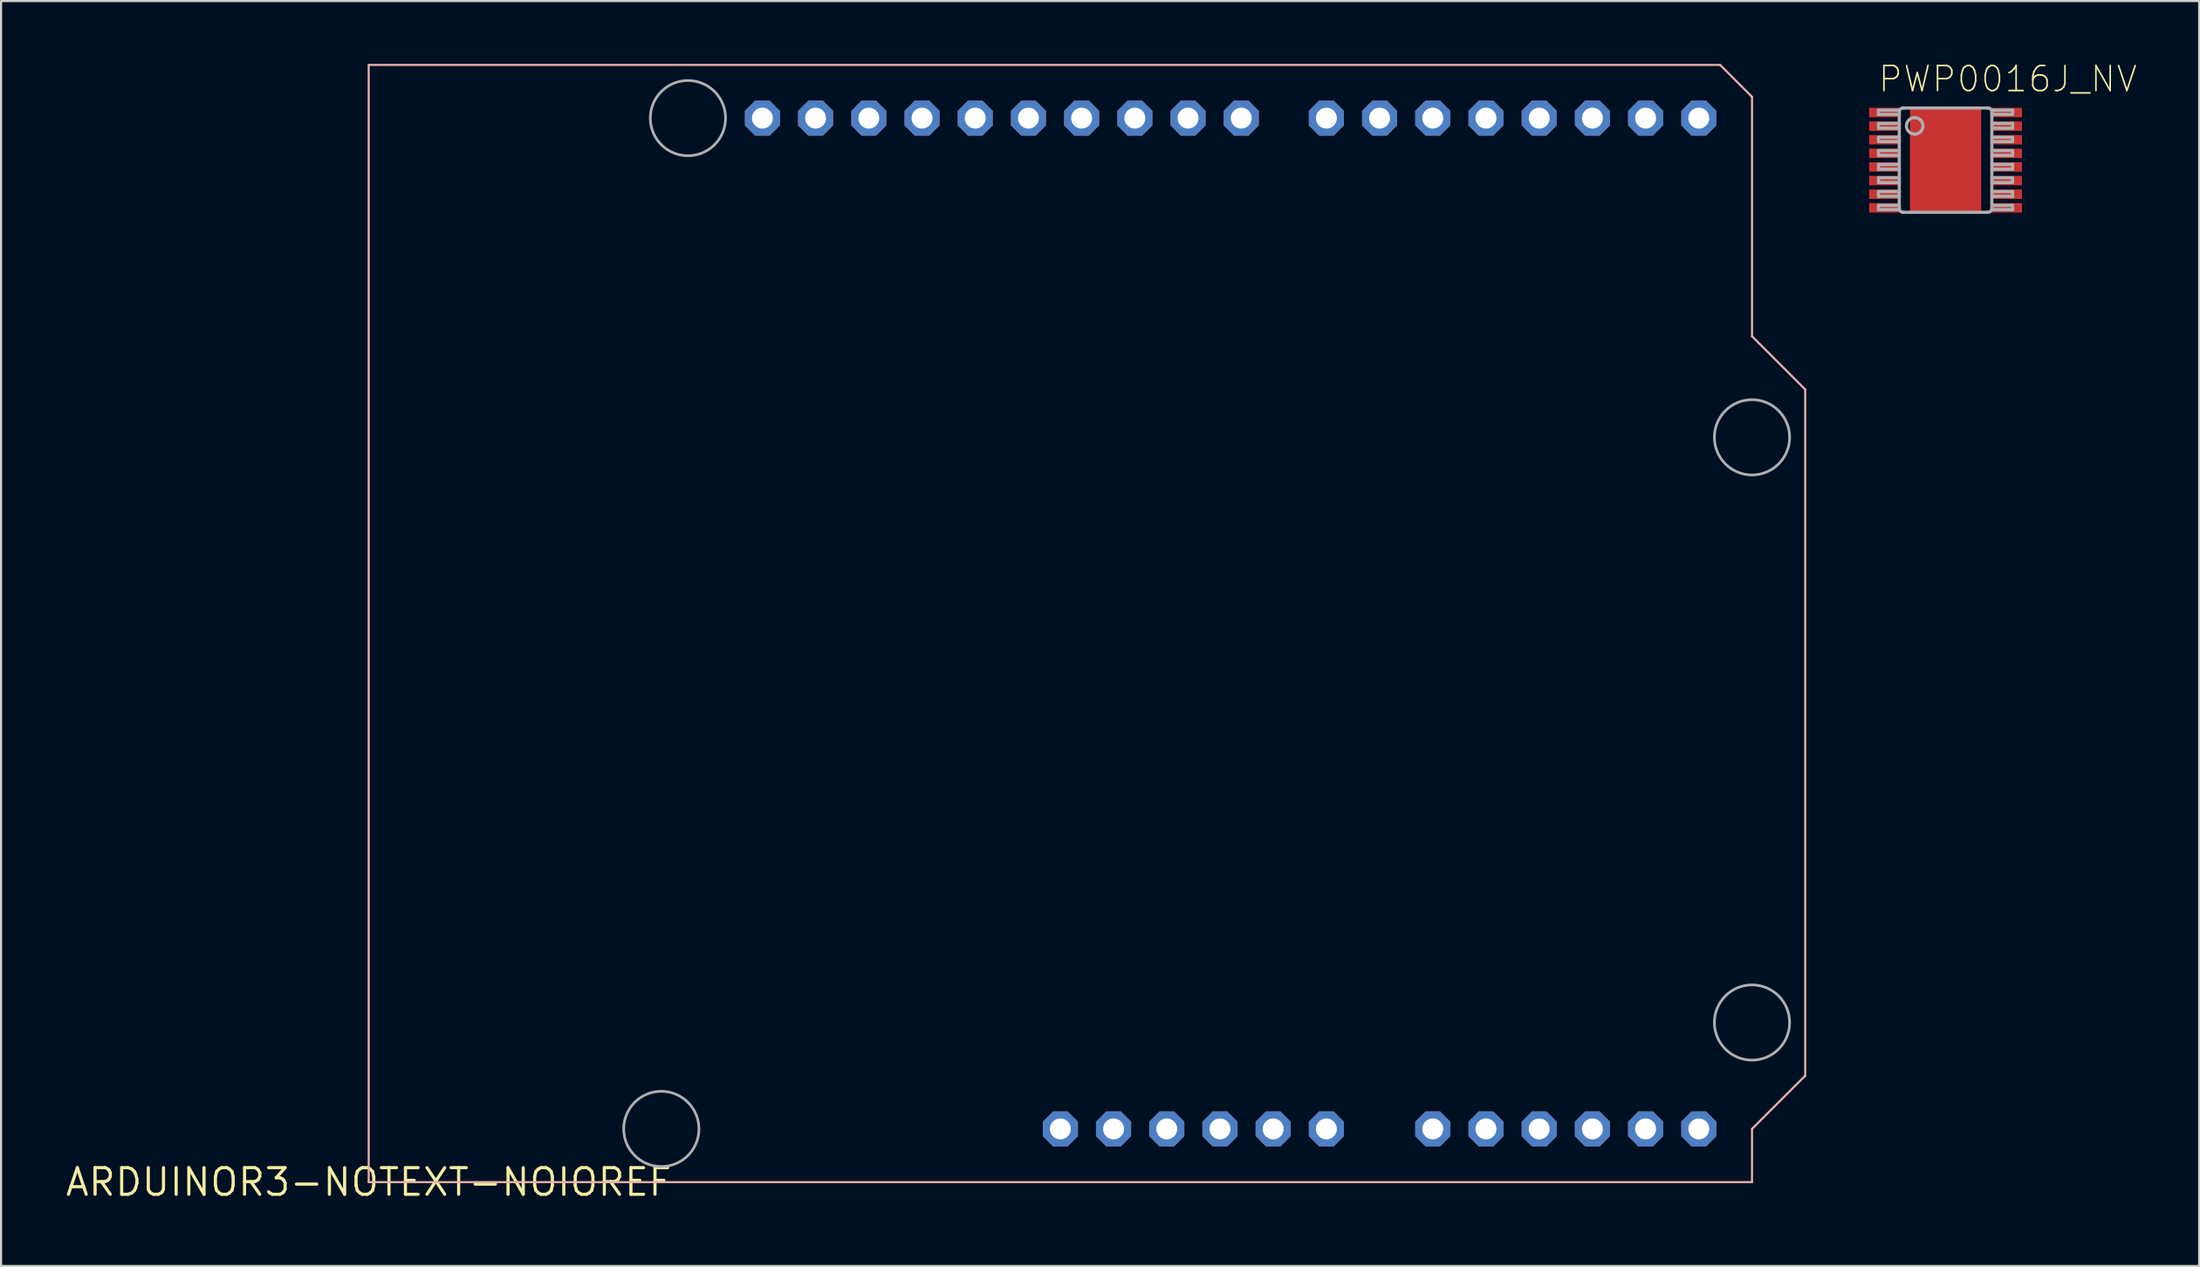
<source format=kicad_pcb>
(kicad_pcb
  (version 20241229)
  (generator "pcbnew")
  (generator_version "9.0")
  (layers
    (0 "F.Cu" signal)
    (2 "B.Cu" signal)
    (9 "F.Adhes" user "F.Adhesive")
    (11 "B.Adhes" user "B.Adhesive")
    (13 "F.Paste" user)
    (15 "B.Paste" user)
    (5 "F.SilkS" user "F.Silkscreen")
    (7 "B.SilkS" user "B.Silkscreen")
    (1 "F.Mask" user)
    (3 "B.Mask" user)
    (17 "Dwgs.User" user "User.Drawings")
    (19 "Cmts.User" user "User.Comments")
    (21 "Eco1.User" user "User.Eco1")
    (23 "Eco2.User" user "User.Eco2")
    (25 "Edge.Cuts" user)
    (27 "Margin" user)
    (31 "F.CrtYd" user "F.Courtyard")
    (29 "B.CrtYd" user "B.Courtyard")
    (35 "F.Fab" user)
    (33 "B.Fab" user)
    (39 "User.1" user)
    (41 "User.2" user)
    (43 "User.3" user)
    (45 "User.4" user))
  (footprint "PWP0016J_NV"
    (layer "F.Cu")
    (at 89.832 4.597)
    (property "Reference" "PWP0016J_NV" (at -3.277 -3.175 0) (layer "F.SilkS") (effects (font (size 1.194 1.194) (thickness 0.076)) (justify left bottom)))
    (fp_poly (pts (xy 1.193 -1.787) (xy 1.205 -1.783) (xy 1.215 -1.777) (xy 1.225 -1.77) (xy 1.232 -1.76) (xy 1.238 -1.75) (xy 1.242 -1.738) (xy 1.243 -1.726) (xy 1.243 1.726) (xy 1.242 1.738) (xy 1.238 1.75) (xy 1.232 1.76) (xy 1.225 1.77) (xy 1.215 1.777) (xy 1.205 1.783) (xy 1.193 1.787) (xy 1.181 1.788) (xy -1.181 1.788) (xy -1.193 1.787) (xy -1.205 1.783) (xy -1.215 1.777) (xy -1.225 1.77) (xy -1.232 1.76) (xy -1.238 1.75) (xy -1.242 1.738) (xy -1.243 1.726) (xy -1.243 -1.726) (xy -1.242 -1.738) (xy -1.238 -1.75) (xy -1.232 -1.76) (xy -1.225 -1.77) (xy -1.215 -1.777) (xy -1.205 -1.783) (xy -1.193 -1.787) (xy -1.181 -1.788) (xy 1.181 -1.788)) (stroke (width 0) (type default)) (fill yes) (layer "F.Mask"))
    (fp_poly (pts (xy 1.193 -1.787) (xy 1.205 -1.783) (xy 1.215 -1.777) (xy 1.225 -1.77) (xy 1.232 -1.76) (xy 1.238 -1.75) (xy 1.242 -1.738) (xy 1.243 -1.726) (xy 1.243 1.726) (xy 1.242 1.738) (xy 1.238 1.75) (xy 1.232 1.76) (xy 1.225 1.77) (xy 1.215 1.777) (xy 1.205 1.783) (xy 1.193 1.787) (xy 1.181 1.788) (xy -1.181 1.788) (xy -1.193 1.787) (xy -1.205 1.783) (xy -1.215 1.777) (xy -1.225 1.77) (xy -1.232 1.76) (xy -1.238 1.75) (xy -1.242 1.738) (xy -1.243 1.726) (xy -1.243 -1.726) (xy -1.242 -1.738) (xy -1.238 -1.75) (xy -1.232 -1.76) (xy -1.225 -1.77) (xy -1.215 -1.777) (xy -1.205 -1.783) (xy -1.193 -1.787) (xy -1.181 -1.788) (xy 1.181 -1.788)) (stroke (width 0) (type default)) (fill yes) (layer "F.Paste"))
    (fp_line (start -3.2 -2.388) (end -2.21 -2.388) (stroke (width 0.152) (type solid)) (layer "F.Fab"))
    (fp_line (start -3.2 -2.184) (end -3.2 -2.388) (stroke (width 0.152) (type solid)) (layer "F.Fab"))
    (fp_line (start -3.2 -2.184) (end -2.21 -2.184) (stroke (width 0.152) (type solid)) (layer "F.Fab"))
    (fp_line (start -3.2 -1.753) (end -2.21 -1.753) (stroke (width 0.152) (type solid)) (layer "F.Fab"))
    (fp_line (start -3.2 -1.524) (end -3.2 -1.753) (stroke (width 0.152) (type solid)) (layer "F.Fab"))
    (fp_line (start -3.2 -1.524) (end -2.21 -1.524) (stroke (width 0.152) (type solid)) (layer "F.Fab"))
    (fp_line (start -3.2 -1.092) (end -2.21 -1.092) (stroke (width 0.152) (type solid)) (layer "F.Fab"))
    (fp_line (start -3.2 -0.889) (end -3.2 -1.092) (stroke (width 0.152) (type solid)) (layer "F.Fab"))
    (fp_line (start -3.2 -0.889) (end -2.21 -0.889) (stroke (width 0.152) (type solid)) (layer "F.Fab"))
    (fp_line (start -3.2 -0.457) (end -2.21 -0.457) (stroke (width 0.152) (type solid)) (layer "F.Fab"))
    (fp_line (start -3.2 -0.229) (end -3.2 -0.457) (stroke (width 0.152) (type solid)) (layer "F.Fab"))
    (fp_line (start -3.2 -0.229) (end -2.21 -0.229) (stroke (width 0.152) (type solid)) (layer "F.Fab"))
    (fp_line (start -3.2 0.203) (end -2.21 0.203) (stroke (width 0.152) (type solid)) (layer "F.Fab"))
    (fp_line (start -3.2 0.432) (end -3.2 0.203) (stroke (width 0.152) (type solid)) (layer "F.Fab"))
    (fp_line (start -3.2 0.432) (end -2.21 0.432) (stroke (width 0.152) (type solid)) (layer "F.Fab"))
    (fp_line (start -3.2 0.838) (end -2.21 0.838) (stroke (width 0.152) (type solid)) (layer "F.Fab"))
    (fp_line (start -3.2 1.067) (end -3.2 0.838) (stroke (width 0.152) (type solid)) (layer "F.Fab"))
    (fp_line (start -3.2 1.067) (end -2.21 1.067) (stroke (width 0.152) (type solid)) (layer "F.Fab"))
    (fp_line (start -3.2 1.499) (end -2.21 1.499) (stroke (width 0.152) (type solid)) (layer "F.Fab"))
    (fp_line (start -3.2 1.727) (end -3.2 1.499) (stroke (width 0.152) (type solid)) (layer "F.Fab"))
    (fp_line (start -3.2 1.727) (end -2.21 1.727) (stroke (width 0.152) (type solid)) (layer "F.Fab"))
    (fp_line (start -3.2 2.159) (end -2.21 2.159) (stroke (width 0.152) (type solid)) (layer "F.Fab"))
    (fp_line (start -3.2 2.362) (end -3.2 2.159) (stroke (width 0.152) (type solid)) (layer "F.Fab"))
    (fp_line (start -3.2 2.362) (end -2.21 2.362) (stroke (width 0.152) (type solid)) (layer "F.Fab"))
    (fp_line (start -2.21 -2.184) (end -2.21 -2.311) (stroke (width 0.152) (type solid)) (layer "F.Fab"))
    (fp_line (start -2.21 -1.753) (end -2.21 -2.184) (stroke (width 0.152) (type solid)) (layer "F.Fab"))
    (fp_line (start -2.21 -1.524) (end -2.21 -1.753) (stroke (width 0.152) (type solid)) (layer "F.Fab"))
    (fp_line (start -2.21 -1.092) (end -2.21 -1.524) (stroke (width 0.152) (type solid)) (layer "F.Fab"))
    (fp_line (start -2.21 -0.889) (end -2.21 -1.092) (stroke (width 0.152) (type solid)) (layer "F.Fab"))
    (fp_line (start -2.21 -0.457) (end -2.21 -0.889) (stroke (width 0.152) (type solid)) (layer "F.Fab"))
    (fp_line (start -2.21 -0.229) (end -2.21 -0.457) (stroke (width 0.152) (type solid)) (layer "F.Fab"))
    (fp_line (start -2.21 0.203) (end -2.21 -0.229) (stroke (width 0.152) (type solid)) (layer "F.Fab"))
    (fp_line (start -2.21 0.432) (end -2.21 0.203) (stroke (width 0.152) (type solid)) (layer "F.Fab"))
    (fp_line (start -2.21 0.838) (end -2.21 0.432) (stroke (width 0.152) (type solid)) (layer "F.Fab"))
    (fp_line (start -2.21 1.067) (end -2.21 0.838) (stroke (width 0.152) (type solid)) (layer "F.Fab"))
    (fp_line (start -2.21 1.499) (end -2.21 1.067) (stroke (width 0.152) (type solid)) (layer "F.Fab"))
    (fp_line (start -2.21 1.727) (end -2.21 1.499) (stroke (width 0.152) (type solid)) (layer "F.Fab"))
    (fp_line (start -2.21 2.159) (end -2.21 1.727) (stroke (width 0.152) (type solid)) (layer "F.Fab"))
    (fp_line (start -2.21 2.311) (end -2.21 2.159) (stroke (width 0.152) (type solid)) (layer "F.Fab"))
    (fp_line (start -2.007 -2.489) (end 2.007 -2.489) (stroke (width 0.152) (type solid)) (layer "F.Fab"))
    (fp_line (start -2.007 2.489) (end 2.007 2.489) (stroke (width 0.152) (type solid)) (layer "F.Fab"))
    (fp_line (start 2.21 -2.388) (end 3.2 -2.388) (stroke (width 0.152) (type solid)) (layer "F.Fab"))
    (fp_line (start 2.21 -2.184) (end 3.2 -2.184) (stroke (width 0.152) (type solid)) (layer "F.Fab"))
    (fp_line (start 2.21 -1.753) (end 3.2 -1.753) (stroke (width 0.152) (type solid)) (layer "F.Fab"))
    (fp_line (start 2.21 -1.524) (end 3.2 -1.524) (stroke (width 0.152) (type solid)) (layer "F.Fab"))
    (fp_line (start 2.21 -1.092) (end 3.2 -1.092) (stroke (width 0.152) (type solid)) (layer "F.Fab"))
    (fp_line (start 2.21 -0.889) (end 3.2 -0.889) (stroke (width 0.152) (type solid)) (layer "F.Fab"))
    (fp_line (start 2.21 -0.457) (end 3.2 -0.457) (stroke (width 0.152) (type solid)) (layer "F.Fab"))
    (fp_line (start 2.21 -0.229) (end 3.2 -0.229) (stroke (width 0.152) (type solid)) (layer "F.Fab"))
    (fp_line (start 2.21 0.203) (end 3.2 0.203) (stroke (width 0.152) (type solid)) (layer "F.Fab"))
    (fp_line (start 2.21 0.432) (end 3.2 0.432) (stroke (width 0.152) (type solid)) (layer "F.Fab"))
    (fp_line (start 2.21 0.838) (end 3.2 0.838) (stroke (width 0.152) (type solid)) (layer "F.Fab"))
    (fp_line (start 2.21 1.067) (end 3.2 1.067) (stroke (width 0.152) (type solid)) (layer "F.Fab"))
    (fp_line (start 2.21 1.499) (end 3.2 1.499) (stroke (width 0.152) (type solid)) (layer "F.Fab"))
    (fp_line (start 2.21 1.727) (end 3.2 1.727) (stroke (width 0.152) (type solid)) (layer "F.Fab"))
    (fp_line (start 2.21 2.159) (end 3.2 2.159) (stroke (width 0.152) (type solid)) (layer "F.Fab"))
    (fp_line (start 2.21 2.311) (end 2.21 -2.311) (stroke (width 0.152) (type solid)) (layer "F.Fab"))
    (fp_line (start 2.21 2.362) (end 3.2 2.362) (stroke (width 0.152) (type solid)) (layer "F.Fab"))
    (fp_line (start 3.2 -2.184) (end 3.2 -2.388) (stroke (width 0.152) (type solid)) (layer "F.Fab"))
    (fp_line (start 3.2 -1.524) (end 3.2 -1.753) (stroke (width 0.152) (type solid)) (layer "F.Fab"))
    (fp_line (start 3.2 -0.889) (end 3.2 -1.092) (stroke (width 0.152) (type solid)) (layer "F.Fab"))
    (fp_line (start 3.2 -0.229) (end 3.2 -0.457) (stroke (width 0.152) (type solid)) (layer "F.Fab"))
    (fp_line (start 3.2 0.432) (end 3.2 0.203) (stroke (width 0.152) (type solid)) (layer "F.Fab"))
    (fp_line (start 3.2 1.067) (end 3.2 0.838) (stroke (width 0.152) (type solid)) (layer "F.Fab"))
    (fp_line (start 3.2 1.727) (end 3.2 1.499) (stroke (width 0.152) (type solid)) (layer "F.Fab"))
    (fp_line (start 3.2 2.362) (end 3.2 2.159) (stroke (width 0.152) (type solid)) (layer "F.Fab"))
    (fp_arc (start -2.2098 -2.3114) (mid -2.145024 -2.442384) (end -2.0066 -2.4892) (stroke (width 0.1524) (type solid)) (layer "F.Fab"))
    (fp_arc (start -2.0066 2.4892) (mid -2.145024 2.442384) (end -2.2098 2.3114) (stroke (width 0.1524) (type solid)) (layer "F.Fab"))
    (fp_arc (start -1.4732 -2.032) (mid -1.0795 -1.6383) (end -1.4732 -1.2446) (stroke (width 0.1524) (type solid)) (layer "F.Fab"))
    (fp_arc (start -1.4732 -1.2446) (mid -1.8669 -1.6383) (end -1.4732 -2.032) (stroke (width 0.1524) (type solid)) (layer "F.Fab"))
    (fp_arc (start 2.0066 -2.4892) (mid 2.145024 -2.442384) (end 2.2098 -2.3114) (stroke (width 0.1524) (type solid)) (layer "F.Fab"))
    (fp_arc (start 2.2098 2.3114) (mid 2.145024 2.442384) (end 2.0066 2.4892) (stroke (width 0.1524) (type solid)) (layer "F.Fab"))
    (pad "1" smd rect (at -2.9 -2.275 90) (size 0.45 1.5) (layers "F.Cu" "F.Mask" "F.Paste"))
    (pad "2" smd rect (at -2.9 -1.625 90) (size 0.45 1.5) (layers "F.Cu" "F.Mask" "F.Paste"))
    (pad "3" smd rect (at -2.9 -0.975 90) (size 0.45 1.5) (layers "F.Cu" "F.Mask" "F.Paste"))
    (pad "4" smd rect (at -2.9 -0.325 90) (size 0.45 1.5) (layers "F.Cu" "F.Mask" "F.Paste"))
    (pad "5" smd rect (at -2.9 0.325 90) (size 0.45 1.5) (layers "F.Cu" "F.Mask" "F.Paste"))
    (pad "6" smd rect (at -2.9 0.975 90) (size 0.45 1.5) (layers "F.Cu" "F.Mask" "F.Paste"))
    (pad "7" smd rect (at -2.9 1.625 90) (size 0.45 1.5) (layers "F.Cu" "F.Mask" "F.Paste"))
    (pad "8" smd rect (at -2.9 2.275 90) (size 0.45 1.5) (layers "F.Cu" "F.Mask" "F.Paste"))
    (pad "9" smd rect (at 2.9 2.275 90) (size 0.45 1.5) (layers "F.Cu" "F.Mask" "F.Paste"))
    (pad "10" smd rect (at 2.9 1.625 90) (size 0.45 1.5) (layers "F.Cu" "F.Mask" "F.Paste"))
    (pad "11" smd rect (at 2.9 0.975 90) (size 0.45 1.5) (layers "F.Cu" "F.Mask" "F.Paste"))
    (pad "12" smd rect (at 2.9 0.325 90) (size 0.45 1.5) (layers "F.Cu" "F.Mask" "F.Paste"))
    (pad "13" smd rect (at 2.9 -0.325 90) (size 0.45 1.5) (layers "F.Cu" "F.Mask" "F.Paste"))
    (pad "14" smd rect (at 2.9 -0.975 90) (size 0.45 1.5) (layers "F.Cu" "F.Mask" "F.Paste"))
    (pad "15" smd rect (at 2.9 -1.625 90) (size 0.45 1.5) (layers "F.Cu" "F.Mask" "F.Paste"))
    (pad "16" smd rect (at 2.9 -2.275 90) (size 0.45 1.5) (layers "F.Cu" "F.Mask" "F.Paste"))
    (pad "17" smd rect (at 0 0) (size 3.4 5) (layers "F.Cu" "F.Mask" "F.Paste")))
  (footprint "ARDUINOR3-NOTEXT-NOIOREF"
    (layer "F.Cu")
    (at 14.552 53.39)
    (property "Reference" "ARDUINOR3-NOTEXT-NOIOREF" (at 0 0 0) (layer "F.SilkS") (effects (font (size 1.27 1.27) (thickness 0.15))))
    (fp_line (start 0 -53.34) (end 0 0) (stroke (width 0.1) (type solid)) (layer "B.SilkS"))
    (fp_line (start 0 0) (end 66.04 0) (stroke (width 0.1) (type solid)) (layer "B.SilkS"))
    (fp_line (start 64.516 -53.34) (end 0 -53.34) (stroke (width 0.1) (type solid)) (layer "B.SilkS"))
    (fp_line (start 66.04 -51.816) (end 64.516 -53.34) (stroke (width 0.1) (type solid)) (layer "B.SilkS"))
    (fp_line (start 66.04 -40.386) (end 66.04 -51.816) (stroke (width 0.1) (type solid)) (layer "B.SilkS"))
    (fp_line (start 66.04 -2.54) (end 68.58 -5.08) (stroke (width 0.1) (type solid)) (layer "B.SilkS"))
    (fp_line (start 66.04 0) (end 66.04 -2.54) (stroke (width 0.1) (type solid)) (layer "B.SilkS"))
    (fp_line (start 68.58 -37.846) (end 66.04 -40.386) (stroke (width 0.1) (type solid)) (layer "B.SilkS"))
    (fp_line (start 68.58 -5.08) (end 68.58 -37.846) (stroke (width 0.1) (type solid)) (layer "B.SilkS"))
    (fp_circle (center 13.97 -2.54) (end 15.766 -2.54) (stroke (width 0.127) (type solid)) (fill no) (layer "F.Fab"))
    (fp_circle (center 15.24 -50.8) (end 17.036 -50.8) (stroke (width 0.127) (type solid)) (fill no) (layer "F.Fab"))
    (fp_circle (center 66.04 -35.56) (end 67.836 -35.56) (stroke (width 0.127) (type solid)) (fill no) (layer "F.Fab"))
    (fp_circle (center 66.04 -7.62) (end 67.836 -7.62) (stroke (width 0.127) (type solid)) (fill no) (layer "F.Fab"))
    (pad "3V" thru_hole roundrect (at 35.56 -2.54) (size 1.676 1.676) (drill 1) (layers "*.Cu" "*.Mask") (roundrect_rratio 0.25) (chamfer_ratio 0.293) (chamfer top_left top_right bottom_left bottom_right))
    (pad "5V" thru_hole roundrect (at 38.1 -2.54) (size 1.676 1.676) (drill 1) (layers "*.Cu" "*.Mask") (roundrect_rratio 0.25) (chamfer_ratio 0.293) (chamfer top_left top_right bottom_left bottom_right))
    (pad "A0" thru_hole roundrect (at 50.8 -2.54) (size 1.676 1.676) (drill 1) (layers "*.Cu" "*.Mask") (roundrect_rratio 0.25) (chamfer_ratio 0.293) (chamfer top_left top_right bottom_left bottom_right))
    (pad "A1" thru_hole roundrect (at 53.34 -2.54) (size 1.676 1.676) (drill 1) (layers "*.Cu" "*.Mask") (roundrect_rratio 0.25) (chamfer_ratio 0.293) (chamfer top_left top_right bottom_left bottom_right))
    (pad "A2" thru_hole roundrect (at 55.88 -2.54) (size 1.676 1.676) (drill 1) (layers "*.Cu" "*.Mask") (roundrect_rratio 0.25) (chamfer_ratio 0.293) (chamfer top_left top_right bottom_left bottom_right))
    (pad "A3" thru_hole roundrect (at 58.42 -2.54) (size 1.676 1.676) (drill 1) (layers "*.Cu" "*.Mask") (roundrect_rratio 0.25) (chamfer_ratio 0.293) (chamfer top_left top_right bottom_left bottom_right))
    (pad "A4" thru_hole roundrect (at 60.96 -2.54) (size 1.676 1.676) (drill 1) (layers "*.Cu" "*.Mask") (roundrect_rratio 0.25) (chamfer_ratio 0.293) (chamfer top_left top_right bottom_left bottom_right))
    (pad "A5" thru_hole roundrect (at 63.5 -2.54) (size 1.676 1.676) (drill 1) (layers "*.Cu" "*.Mask") (roundrect_rratio 0.25) (chamfer_ratio 0.293) (chamfer top_left top_right bottom_left bottom_right))
    (pad "AREF" thru_hole roundrect (at 23.876 -50.8) (size 1.676 1.676) (drill 1) (layers "*.Cu" "*.Mask") (roundrect_rratio 0.25) (chamfer_ratio 0.293) (chamfer top_left top_right bottom_left bottom_right))
    (pad "D0" thru_hole roundrect (at 63.5 -50.8) (size 1.676 1.676) (drill 1) (layers "*.Cu" "*.Mask") (roundrect_rratio 0.25) (chamfer_ratio 0.293) (chamfer top_left top_right bottom_left bottom_right))
    (pad "D1" thru_hole roundrect (at 60.96 -50.8) (size 1.676 1.676) (drill 1) (layers "*.Cu" "*.Mask") (roundrect_rratio 0.25) (chamfer_ratio 0.293) (chamfer top_left top_right bottom_left bottom_right))
    (pad "D2" thru_hole roundrect (at 58.42 -50.8) (size 1.676 1.676) (drill 1) (layers "*.Cu" "*.Mask") (roundrect_rratio 0.25) (chamfer_ratio 0.293) (chamfer top_left top_right bottom_left bottom_right))
    (pad "D3" thru_hole roundrect (at 55.88 -50.8) (size 1.676 1.676) (drill 1) (layers "*.Cu" "*.Mask") (roundrect_rratio 0.25) (chamfer_ratio 0.293) (chamfer top_left top_right bottom_left bottom_right))
    (pad "D4" thru_hole roundrect (at 53.34 -50.8) (size 1.676 1.676) (drill 1) (layers "*.Cu" "*.Mask") (roundrect_rratio 0.25) (chamfer_ratio 0.293) (chamfer top_left top_right bottom_left bottom_right))
    (pad "D5" thru_hole roundrect (at 50.8 -50.8) (size 1.676 1.676) (drill 1) (layers "*.Cu" "*.Mask") (roundrect_rratio 0.25) (chamfer_ratio 0.293) (chamfer top_left top_right bottom_left bottom_right))
    (pad "D6" thru_hole roundrect (at 48.26 -50.8) (size 1.676 1.676) (drill 1) (layers "*.Cu" "*.Mask") (roundrect_rratio 0.25) (chamfer_ratio 0.293) (chamfer top_left top_right bottom_left bottom_right))
    (pad "D7" thru_hole roundrect (at 45.72 -50.8) (size 1.676 1.676) (drill 1) (layers "*.Cu" "*.Mask") (roundrect_rratio 0.25) (chamfer_ratio 0.293) (chamfer top_left top_right bottom_left bottom_right))
    (pad "D8" thru_hole roundrect (at 41.656 -50.8) (size 1.676 1.676) (drill 1) (layers "*.Cu" "*.Mask") (roundrect_rratio 0.25) (chamfer_ratio 0.293) (chamfer top_left top_right bottom_left bottom_right))
    (pad "D9" thru_hole roundrect (at 39.116 -50.8) (size 1.676 1.676) (drill 1) (layers "*.Cu" "*.Mask") (roundrect_rratio 0.25) (chamfer_ratio 0.293) (chamfer top_left top_right bottom_left bottom_right))
    (pad "D10" thru_hole roundrect (at 36.576 -50.8) (size 1.676 1.676) (drill 1) (layers "*.Cu" "*.Mask") (roundrect_rratio 0.25) (chamfer_ratio 0.293) (chamfer top_left top_right bottom_left bottom_right))
    (pad "D11" thru_hole roundrect (at 34.036 -50.8) (size 1.676 1.676) (drill 1) (layers "*.Cu" "*.Mask") (roundrect_rratio 0.25) (chamfer_ratio 0.293) (chamfer top_left top_right bottom_left bottom_right))
    (pad "D12" thru_hole roundrect (at 31.496 -50.8) (size 1.676 1.676) (drill 1) (layers "*.Cu" "*.Mask") (roundrect_rratio 0.25) (chamfer_ratio 0.293) (chamfer top_left top_right bottom_left bottom_right))
    (pad "D13" thru_hole roundrect (at 28.956 -50.8) (size 1.676 1.676) (drill 1) (layers "*.Cu" "*.Mask") (roundrect_rratio 0.25) (chamfer_ratio 0.293) (chamfer top_left top_right bottom_left bottom_right))
    (pad "GND" thru_hole roundrect (at 26.416 -50.8) (size 1.676 1.676) (drill 1) (layers "*.Cu" "*.Mask") (roundrect_rratio 0.25) (chamfer_ratio 0.293) (chamfer top_left top_right bottom_left bottom_right))
    (pad "GND1" thru_hole roundrect (at 43.18 -2.54) (size 1.676 1.676) (drill 1) (layers "*.Cu" "*.Mask") (roundrect_rratio 0.25) (chamfer_ratio 0.293) (chamfer top_left top_right bottom_left bottom_right))
    (pad "GND2" thru_hole roundrect (at 40.64 -2.54) (size 1.676 1.676) (drill 1) (layers "*.Cu" "*.Mask") (roundrect_rratio 0.25) (chamfer_ratio 0.293) (chamfer top_left top_right bottom_left bottom_right))
    (pad "RESET" thru_hole roundrect (at 33.02 -2.54) (size 1.676 1.676) (drill 1) (layers "*.Cu" "*.Mask") (roundrect_rratio 0.25) (chamfer_ratio 0.293) (chamfer top_left top_right bottom_left bottom_right))
    (pad "SCL" thru_hole roundrect (at 18.796 -50.8) (size 1.676 1.676) (drill 1) (layers "*.Cu" "*.Mask") (roundrect_rratio 0.25) (chamfer_ratio 0.293) (chamfer top_left top_right bottom_left bottom_right))
    (pad "SDA" thru_hole roundrect (at 21.336 -50.8) (size 1.676 1.676) (drill 1) (layers "*.Cu" "*.Mask") (roundrect_rratio 0.25) (chamfer_ratio 0.293) (chamfer top_left top_right bottom_left bottom_right))
    (pad "VIN" thru_hole roundrect (at 45.72 -2.54) (size 1.676 1.676) (drill 1) (layers "*.Cu" "*.Mask") (roundrect_rratio 0.25) (chamfer_ratio 0.293) (chamfer top_left top_right bottom_left bottom_right)))
  (gr_rect
    (start -3 -3)
    (end 101.938 57.396)
    (stroke (width 0.1) (type default))
    (fill no)
    (layer "Edge.Cuts")))
</source>
